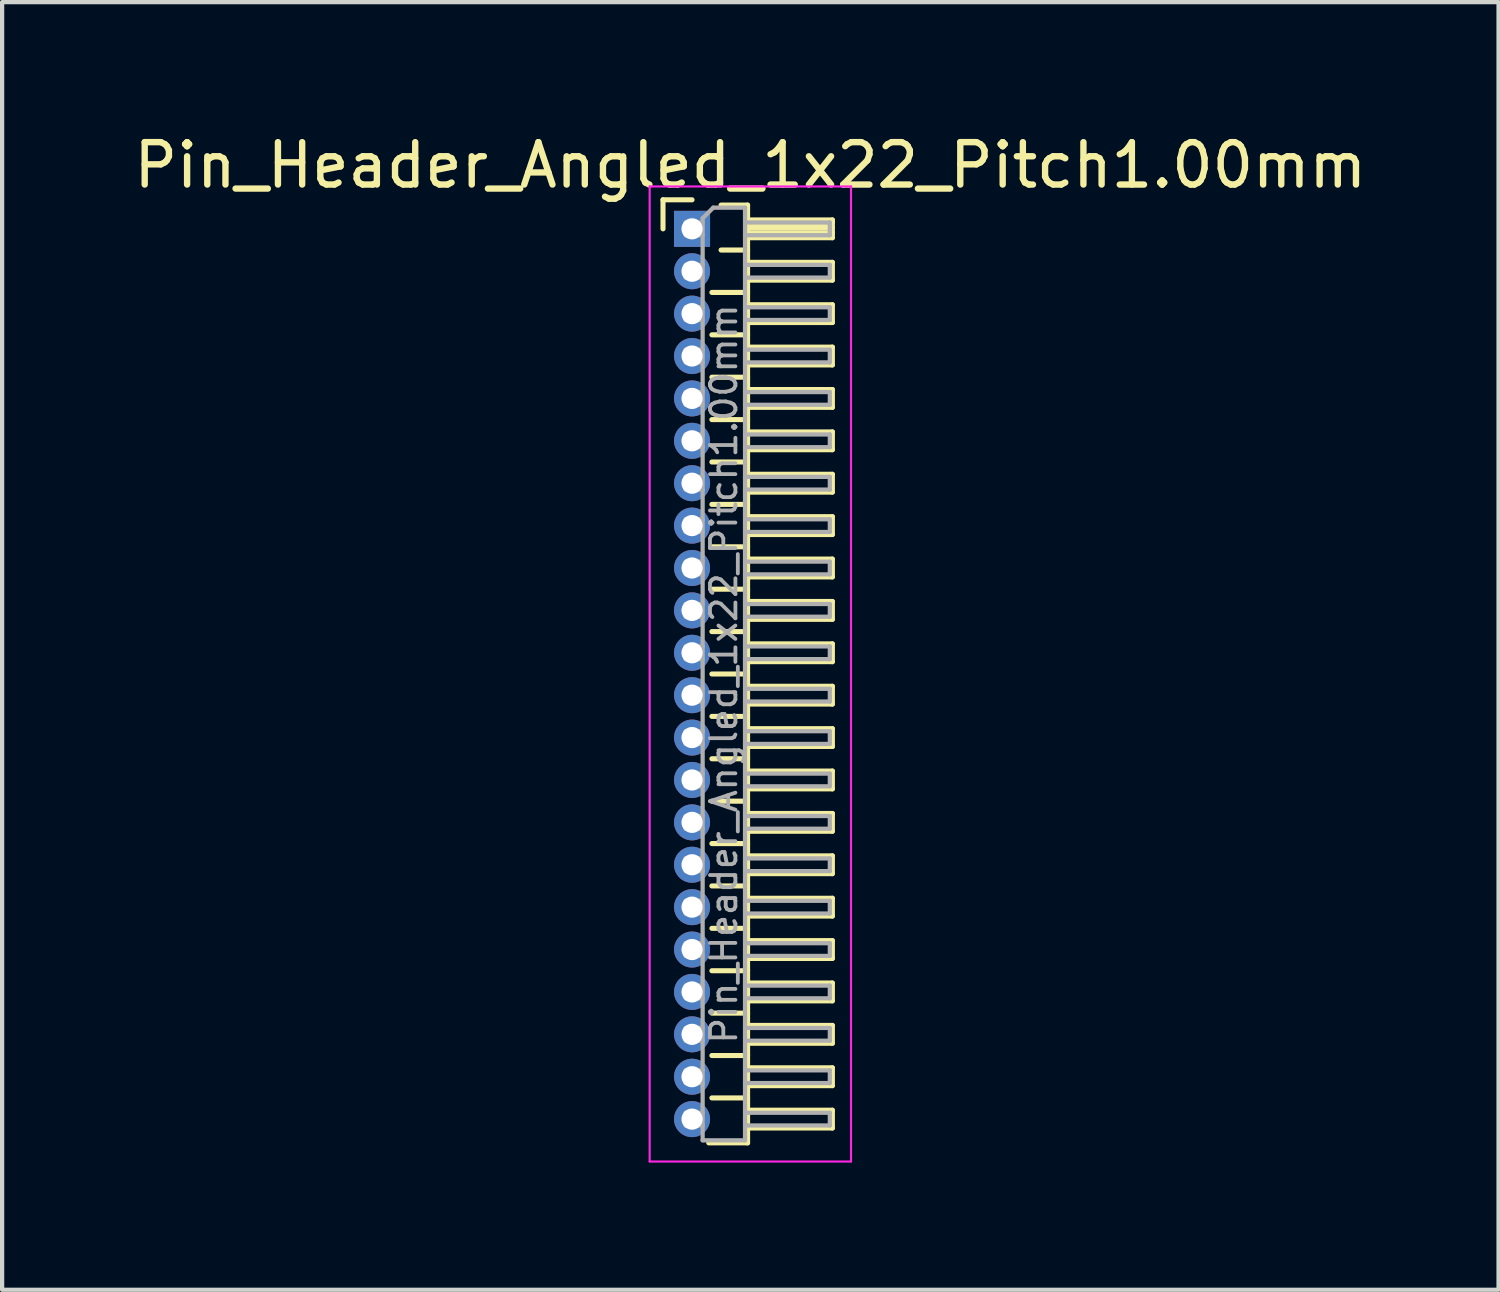
<source format=kicad_pcb>
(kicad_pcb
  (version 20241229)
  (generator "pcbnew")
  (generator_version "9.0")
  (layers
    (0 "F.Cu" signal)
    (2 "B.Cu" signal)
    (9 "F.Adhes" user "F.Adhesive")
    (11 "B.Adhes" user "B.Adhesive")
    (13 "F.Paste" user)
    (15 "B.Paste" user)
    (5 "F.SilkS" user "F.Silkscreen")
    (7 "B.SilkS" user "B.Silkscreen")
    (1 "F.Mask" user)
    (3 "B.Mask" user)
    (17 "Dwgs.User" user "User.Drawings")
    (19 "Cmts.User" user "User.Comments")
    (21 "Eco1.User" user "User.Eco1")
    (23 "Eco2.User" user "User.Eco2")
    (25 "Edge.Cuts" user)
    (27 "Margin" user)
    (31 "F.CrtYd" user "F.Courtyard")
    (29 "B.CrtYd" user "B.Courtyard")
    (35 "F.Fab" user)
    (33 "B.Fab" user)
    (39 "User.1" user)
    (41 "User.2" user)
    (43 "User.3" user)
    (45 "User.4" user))
  (footprint "Pin_Header_Angled_1x22_Pitch1.00mm"
    (layer "F.Cu")
    (at 13.274 2.348)
    (property "Reference" "Pin_Header_Angled_1x22_Pitch1.00mm" (at 1.375 -1.5 0) (layer "F.SilkS") (effects (font (size 1 1) (thickness 0.15))))
    (attr through_hole)
    (fp_line (start -0.685 -0.685) (end 0 -0.685) (stroke (width 0.12) (type solid)) (layer "F.SilkS"))
    (fp_line (start -0.685 0) (end -0.685 -0.685) (stroke (width 0.12) (type solid)) (layer "F.SilkS"))
    (fp_line (start 0.468 1.5) (end 1.31 1.5) (stroke (width 0.12) (type solid)) (layer "F.SilkS"))
    (fp_line (start 0.468 2.5) (end 1.31 2.5) (stroke (width 0.12) (type solid)) (layer "F.SilkS"))
    (fp_line (start 0.468 3.5) (end 1.31 3.5) (stroke (width 0.12) (type solid)) (layer "F.SilkS"))
    (fp_line (start 0.468 4.5) (end 1.31 4.5) (stroke (width 0.12) (type solid)) (layer "F.SilkS"))
    (fp_line (start 0.468 5.5) (end 1.31 5.5) (stroke (width 0.12) (type solid)) (layer "F.SilkS"))
    (fp_line (start 0.468 6.5) (end 1.31 6.5) (stroke (width 0.12) (type solid)) (layer "F.SilkS"))
    (fp_line (start 0.468 7.5) (end 1.31 7.5) (stroke (width 0.12) (type solid)) (layer "F.SilkS"))
    (fp_line (start 0.468 8.5) (end 1.31 8.5) (stroke (width 0.12) (type solid)) (layer "F.SilkS"))
    (fp_line (start 0.468 9.5) (end 1.31 9.5) (stroke (width 0.12) (type solid)) (layer "F.SilkS"))
    (fp_line (start 0.468 10.5) (end 1.31 10.5) (stroke (width 0.12) (type solid)) (layer "F.SilkS"))
    (fp_line (start 0.468 11.5) (end 1.31 11.5) (stroke (width 0.12) (type solid)) (layer "F.SilkS"))
    (fp_line (start 0.468 12.5) (end 1.31 12.5) (stroke (width 0.12) (type solid)) (layer "F.SilkS"))
    (fp_line (start 0.468 13.5) (end 1.31 13.5) (stroke (width 0.12) (type solid)) (layer "F.SilkS"))
    (fp_line (start 0.468 14.5) (end 1.31 14.5) (stroke (width 0.12) (type solid)) (layer "F.SilkS"))
    (fp_line (start 0.468 15.5) (end 1.31 15.5) (stroke (width 0.12) (type solid)) (layer "F.SilkS"))
    (fp_line (start 0.468 16.5) (end 1.31 16.5) (stroke (width 0.12) (type solid)) (layer "F.SilkS"))
    (fp_line (start 0.468 17.5) (end 1.31 17.5) (stroke (width 0.12) (type solid)) (layer "F.SilkS"))
    (fp_line (start 0.468 18.5) (end 1.31 18.5) (stroke (width 0.12) (type solid)) (layer "F.SilkS"))
    (fp_line (start 0.468 19.5) (end 1.31 19.5) (stroke (width 0.12) (type solid)) (layer "F.SilkS"))
    (fp_line (start 0.468 20.5) (end 1.31 20.5) (stroke (width 0.12) (type solid)) (layer "F.SilkS"))
    (fp_line (start 0.685 -0.56) (end 1.31 -0.56) (stroke (width 0.12) (type solid)) (layer "F.SilkS"))
    (fp_line (start 0.685 0.5) (end 1.31 0.5) (stroke (width 0.12) (type solid)) (layer "F.SilkS"))
    (fp_line (start 1.31 -0.56) (end 1.31 21.56) (stroke (width 0.12) (type solid)) (layer "F.SilkS"))
    (fp_line (start 1.31 -0.21) (end 3.31 -0.21) (stroke (width 0.12) (type solid)) (layer "F.SilkS"))
    (fp_line (start 1.31 -0.15) (end 3.31 -0.15) (stroke (width 0.12) (type solid)) (layer "F.SilkS"))
    (fp_line (start 1.31 -0.03) (end 3.31 -0.03) (stroke (width 0.12) (type solid)) (layer "F.SilkS"))
    (fp_line (start 1.31 0.09) (end 3.31 0.09) (stroke (width 0.12) (type solid)) (layer "F.SilkS"))
    (fp_line (start 1.31 0.79) (end 3.31 0.79) (stroke (width 0.12) (type solid)) (layer "F.SilkS"))
    (fp_line (start 1.31 1.79) (end 3.31 1.79) (stroke (width 0.12) (type solid)) (layer "F.SilkS"))
    (fp_line (start 1.31 2.79) (end 3.31 2.79) (stroke (width 0.12) (type solid)) (layer "F.SilkS"))
    (fp_line (start 1.31 3.79) (end 3.31 3.79) (stroke (width 0.12) (type solid)) (layer "F.SilkS"))
    (fp_line (start 1.31 4.79) (end 3.31 4.79) (stroke (width 0.12) (type solid)) (layer "F.SilkS"))
    (fp_line (start 1.31 5.79) (end 3.31 5.79) (stroke (width 0.12) (type solid)) (layer "F.SilkS"))
    (fp_line (start 1.31 6.79) (end 3.31 6.79) (stroke (width 0.12) (type solid)) (layer "F.SilkS"))
    (fp_line (start 1.31 7.79) (end 3.31 7.79) (stroke (width 0.12) (type solid)) (layer "F.SilkS"))
    (fp_line (start 1.31 8.79) (end 3.31 8.79) (stroke (width 0.12) (type solid)) (layer "F.SilkS"))
    (fp_line (start 1.31 9.79) (end 3.31 9.79) (stroke (width 0.12) (type solid)) (layer "F.SilkS"))
    (fp_line (start 1.31 10.79) (end 3.31 10.79) (stroke (width 0.12) (type solid)) (layer "F.SilkS"))
    (fp_line (start 1.31 11.79) (end 3.31 11.79) (stroke (width 0.12) (type solid)) (layer "F.SilkS"))
    (fp_line (start 1.31 12.79) (end 3.31 12.79) (stroke (width 0.12) (type solid)) (layer "F.SilkS"))
    (fp_line (start 1.31 13.79) (end 3.31 13.79) (stroke (width 0.12) (type solid)) (layer "F.SilkS"))
    (fp_line (start 1.31 14.79) (end 3.31 14.79) (stroke (width 0.12) (type solid)) (layer "F.SilkS"))
    (fp_line (start 1.31 15.79) (end 3.31 15.79) (stroke (width 0.12) (type solid)) (layer "F.SilkS"))
    (fp_line (start 1.31 16.79) (end 3.31 16.79) (stroke (width 0.12) (type solid)) (layer "F.SilkS"))
    (fp_line (start 1.31 17.79) (end 3.31 17.79) (stroke (width 0.12) (type solid)) (layer "F.SilkS"))
    (fp_line (start 1.31 18.79) (end 3.31 18.79) (stroke (width 0.12) (type solid)) (layer "F.SilkS"))
    (fp_line (start 1.31 19.79) (end 3.31 19.79) (stroke (width 0.12) (type solid)) (layer "F.SilkS"))
    (fp_line (start 1.31 20.79) (end 3.31 20.79) (stroke (width 0.12) (type solid)) (layer "F.SilkS"))
    (fp_line (start 1.31 21.56) (end 0.394 21.56) (stroke (width 0.12) (type solid)) (layer "F.SilkS"))
    (fp_line (start 3.31 -0.21) (end 3.31 0.21) (stroke (width 0.12) (type solid)) (layer "F.SilkS"))
    (fp_line (start 3.31 0.21) (end 1.31 0.21) (stroke (width 0.12) (type solid)) (layer "F.SilkS"))
    (fp_line (start 3.31 0.79) (end 3.31 1.21) (stroke (width 0.12) (type solid)) (layer "F.SilkS"))
    (fp_line (start 3.31 1.21) (end 1.31 1.21) (stroke (width 0.12) (type solid)) (layer "F.SilkS"))
    (fp_line (start 3.31 1.79) (end 3.31 2.21) (stroke (width 0.12) (type solid)) (layer "F.SilkS"))
    (fp_line (start 3.31 2.21) (end 1.31 2.21) (stroke (width 0.12) (type solid)) (layer "F.SilkS"))
    (fp_line (start 3.31 2.79) (end 3.31 3.21) (stroke (width 0.12) (type solid)) (layer "F.SilkS"))
    (fp_line (start 3.31 3.21) (end 1.31 3.21) (stroke (width 0.12) (type solid)) (layer "F.SilkS"))
    (fp_line (start 3.31 3.79) (end 3.31 4.21) (stroke (width 0.12) (type solid)) (layer "F.SilkS"))
    (fp_line (start 3.31 4.21) (end 1.31 4.21) (stroke (width 0.12) (type solid)) (layer "F.SilkS"))
    (fp_line (start 3.31 4.79) (end 3.31 5.21) (stroke (width 0.12) (type solid)) (layer "F.SilkS"))
    (fp_line (start 3.31 5.21) (end 1.31 5.21) (stroke (width 0.12) (type solid)) (layer "F.SilkS"))
    (fp_line (start 3.31 5.79) (end 3.31 6.21) (stroke (width 0.12) (type solid)) (layer "F.SilkS"))
    (fp_line (start 3.31 6.21) (end 1.31 6.21) (stroke (width 0.12) (type solid)) (layer "F.SilkS"))
    (fp_line (start 3.31 6.79) (end 3.31 7.21) (stroke (width 0.12) (type solid)) (layer "F.SilkS"))
    (fp_line (start 3.31 7.21) (end 1.31 7.21) (stroke (width 0.12) (type solid)) (layer "F.SilkS"))
    (fp_line (start 3.31 7.79) (end 3.31 8.21) (stroke (width 0.12) (type solid)) (layer "F.SilkS"))
    (fp_line (start 3.31 8.21) (end 1.31 8.21) (stroke (width 0.12) (type solid)) (layer "F.SilkS"))
    (fp_line (start 3.31 8.79) (end 3.31 9.21) (stroke (width 0.12) (type solid)) (layer "F.SilkS"))
    (fp_line (start 3.31 9.21) (end 1.31 9.21) (stroke (width 0.12) (type solid)) (layer "F.SilkS"))
    (fp_line (start 3.31 9.79) (end 3.31 10.21) (stroke (width 0.12) (type solid)) (layer "F.SilkS"))
    (fp_line (start 3.31 10.21) (end 1.31 10.21) (stroke (width 0.12) (type solid)) (layer "F.SilkS"))
    (fp_line (start 3.31 10.79) (end 3.31 11.21) (stroke (width 0.12) (type solid)) (layer "F.SilkS"))
    (fp_line (start 3.31 11.21) (end 1.31 11.21) (stroke (width 0.12) (type solid)) (layer "F.SilkS"))
    (fp_line (start 3.31 11.79) (end 3.31 12.21) (stroke (width 0.12) (type solid)) (layer "F.SilkS"))
    (fp_line (start 3.31 12.21) (end 1.31 12.21) (stroke (width 0.12) (type solid)) (layer "F.SilkS"))
    (fp_line (start 3.31 12.79) (end 3.31 13.21) (stroke (width 0.12) (type solid)) (layer "F.SilkS"))
    (fp_line (start 3.31 13.21) (end 1.31 13.21) (stroke (width 0.12) (type solid)) (layer "F.SilkS"))
    (fp_line (start 3.31 13.79) (end 3.31 14.21) (stroke (width 0.12) (type solid)) (layer "F.SilkS"))
    (fp_line (start 3.31 14.21) (end 1.31 14.21) (stroke (width 0.12) (type solid)) (layer "F.SilkS"))
    (fp_line (start 3.31 14.79) (end 3.31 15.21) (stroke (width 0.12) (type solid)) (layer "F.SilkS"))
    (fp_line (start 3.31 15.21) (end 1.31 15.21) (stroke (width 0.12) (type solid)) (layer "F.SilkS"))
    (fp_line (start 3.31 15.79) (end 3.31 16.21) (stroke (width 0.12) (type solid)) (layer "F.SilkS"))
    (fp_line (start 3.31 16.21) (end 1.31 16.21) (stroke (width 0.12) (type solid)) (layer "F.SilkS"))
    (fp_line (start 3.31 16.79) (end 3.31 17.21) (stroke (width 0.12) (type solid)) (layer "F.SilkS"))
    (fp_line (start 3.31 17.21) (end 1.31 17.21) (stroke (width 0.12) (type solid)) (layer "F.SilkS"))
    (fp_line (start 3.31 17.79) (end 3.31 18.21) (stroke (width 0.12) (type solid)) (layer "F.SilkS"))
    (fp_line (start 3.31 18.21) (end 1.31 18.21) (stroke (width 0.12) (type solid)) (layer "F.SilkS"))
    (fp_line (start 3.31 18.79) (end 3.31 19.21) (stroke (width 0.12) (type solid)) (layer "F.SilkS"))
    (fp_line (start 3.31 19.21) (end 1.31 19.21) (stroke (width 0.12) (type solid)) (layer "F.SilkS"))
    (fp_line (start 3.31 19.79) (end 3.31 20.21) (stroke (width 0.12) (type solid)) (layer "F.SilkS"))
    (fp_line (start 3.31 20.21) (end 1.31 20.21) (stroke (width 0.12) (type solid)) (layer "F.SilkS"))
    (fp_line (start 3.31 20.79) (end 3.31 21.21) (stroke (width 0.12) (type solid)) (layer "F.SilkS"))
    (fp_line (start 3.31 21.21) (end 1.31 21.21) (stroke (width 0.12) (type solid)) (layer "F.SilkS"))
    (fp_line (start -1 -1) (end -1 22) (stroke (width 0.05) (type solid)) (layer "F.CrtYd"))
    (fp_line (start -1 22) (end 3.75 22) (stroke (width 0.05) (type solid)) (layer "F.CrtYd"))
    (fp_line (start 3.75 -1) (end -1 -1) (stroke (width 0.05) (type solid)) (layer "F.CrtYd"))
    (fp_line (start 3.75 22) (end 3.75 -1) (stroke (width 0.05) (type solid)) (layer "F.CrtYd"))
    (fp_line (start -0.15 -0.15) (end -0.15 0.15) (stroke (width 0.1) (type solid)) (layer "F.Fab"))
    (fp_line (start -0.15 -0.15) (end 0.25 -0.15) (stroke (width 0.1) (type solid)) (layer "F.Fab"))
    (fp_line (start -0.15 0.15) (end 0.25 0.15) (stroke (width 0.1) (type solid)) (layer "F.Fab"))
    (fp_line (start -0.15 0.85) (end -0.15 1.15) (stroke (width 0.1) (type solid)) (layer "F.Fab"))
    (fp_line (start -0.15 0.85) (end 0.25 0.85) (stroke (width 0.1) (type solid)) (layer "F.Fab"))
    (fp_line (start -0.15 1.15) (end 0.25 1.15) (stroke (width 0.1) (type solid)) (layer "F.Fab"))
    (fp_line (start -0.15 1.85) (end -0.15 2.15) (stroke (width 0.1) (type solid)) (layer "F.Fab"))
    (fp_line (start -0.15 1.85) (end 0.25 1.85) (stroke (width 0.1) (type solid)) (layer "F.Fab"))
    (fp_line (start -0.15 2.15) (end 0.25 2.15) (stroke (width 0.1) (type solid)) (layer "F.Fab"))
    (fp_line (start -0.15 2.85) (end -0.15 3.15) (stroke (width 0.1) (type solid)) (layer "F.Fab"))
    (fp_line (start -0.15 2.85) (end 0.25 2.85) (stroke (width 0.1) (type solid)) (layer "F.Fab"))
    (fp_line (start -0.15 3.15) (end 0.25 3.15) (stroke (width 0.1) (type solid)) (layer "F.Fab"))
    (fp_line (start -0.15 3.85) (end -0.15 4.15) (stroke (width 0.1) (type solid)) (layer "F.Fab"))
    (fp_line (start -0.15 3.85) (end 0.25 3.85) (stroke (width 0.1) (type solid)) (layer "F.Fab"))
    (fp_line (start -0.15 4.15) (end 0.25 4.15) (stroke (width 0.1) (type solid)) (layer "F.Fab"))
    (fp_line (start -0.15 4.85) (end -0.15 5.15) (stroke (width 0.1) (type solid)) (layer "F.Fab"))
    (fp_line (start -0.15 4.85) (end 0.25 4.85) (stroke (width 0.1) (type solid)) (layer "F.Fab"))
    (fp_line (start -0.15 5.15) (end 0.25 5.15) (stroke (width 0.1) (type solid)) (layer "F.Fab"))
    (fp_line (start -0.15 5.85) (end -0.15 6.15) (stroke (width 0.1) (type solid)) (layer "F.Fab"))
    (fp_line (start -0.15 5.85) (end 0.25 5.85) (stroke (width 0.1) (type solid)) (layer "F.Fab"))
    (fp_line (start -0.15 6.15) (end 0.25 6.15) (stroke (width 0.1) (type solid)) (layer "F.Fab"))
    (fp_line (start -0.15 6.85) (end -0.15 7.15) (stroke (width 0.1) (type solid)) (layer "F.Fab"))
    (fp_line (start -0.15 6.85) (end 0.25 6.85) (stroke (width 0.1) (type solid)) (layer "F.Fab"))
    (fp_line (start -0.15 7.15) (end 0.25 7.15) (stroke (width 0.1) (type solid)) (layer "F.Fab"))
    (fp_line (start -0.15 7.85) (end -0.15 8.15) (stroke (width 0.1) (type solid)) (layer "F.Fab"))
    (fp_line (start -0.15 7.85) (end 0.25 7.85) (stroke (width 0.1) (type solid)) (layer "F.Fab"))
    (fp_line (start -0.15 8.15) (end 0.25 8.15) (stroke (width 0.1) (type solid)) (layer "F.Fab"))
    (fp_line (start -0.15 8.85) (end -0.15 9.15) (stroke (width 0.1) (type solid)) (layer "F.Fab"))
    (fp_line (start -0.15 8.85) (end 0.25 8.85) (stroke (width 0.1) (type solid)) (layer "F.Fab"))
    (fp_line (start -0.15 9.15) (end 0.25 9.15) (stroke (width 0.1) (type solid)) (layer "F.Fab"))
    (fp_line (start -0.15 9.85) (end -0.15 10.15) (stroke (width 0.1) (type solid)) (layer "F.Fab"))
    (fp_line (start -0.15 9.85) (end 0.25 9.85) (stroke (width 0.1) (type solid)) (layer "F.Fab"))
    (fp_line (start -0.15 10.15) (end 0.25 10.15) (stroke (width 0.1) (type solid)) (layer "F.Fab"))
    (fp_line (start -0.15 10.85) (end -0.15 11.15) (stroke (width 0.1) (type solid)) (layer "F.Fab"))
    (fp_line (start -0.15 10.85) (end 0.25 10.85) (stroke (width 0.1) (type solid)) (layer "F.Fab"))
    (fp_line (start -0.15 11.15) (end 0.25 11.15) (stroke (width 0.1) (type solid)) (layer "F.Fab"))
    (fp_line (start -0.15 11.85) (end -0.15 12.15) (stroke (width 0.1) (type solid)) (layer "F.Fab"))
    (fp_line (start -0.15 11.85) (end 0.25 11.85) (stroke (width 0.1) (type solid)) (layer "F.Fab"))
    (fp_line (start -0.15 12.15) (end 0.25 12.15) (stroke (width 0.1) (type solid)) (layer "F.Fab"))
    (fp_line (start -0.15 12.85) (end -0.15 13.15) (stroke (width 0.1) (type solid)) (layer "F.Fab"))
    (fp_line (start -0.15 12.85) (end 0.25 12.85) (stroke (width 0.1) (type solid)) (layer "F.Fab"))
    (fp_line (start -0.15 13.15) (end 0.25 13.15) (stroke (width 0.1) (type solid)) (layer "F.Fab"))
    (fp_line (start -0.15 13.85) (end -0.15 14.15) (stroke (width 0.1) (type solid)) (layer "F.Fab"))
    (fp_line (start -0.15 13.85) (end 0.25 13.85) (stroke (width 0.1) (type solid)) (layer "F.Fab"))
    (fp_line (start -0.15 14.15) (end 0.25 14.15) (stroke (width 0.1) (type solid)) (layer "F.Fab"))
    (fp_line (start -0.15 14.85) (end -0.15 15.15) (stroke (width 0.1) (type solid)) (layer "F.Fab"))
    (fp_line (start -0.15 14.85) (end 0.25 14.85) (stroke (width 0.1) (type solid)) (layer "F.Fab"))
    (fp_line (start -0.15 15.15) (end 0.25 15.15) (stroke (width 0.1) (type solid)) (layer "F.Fab"))
    (fp_line (start -0.15 15.85) (end -0.15 16.15) (stroke (width 0.1) (type solid)) (layer "F.Fab"))
    (fp_line (start -0.15 15.85) (end 0.25 15.85) (stroke (width 0.1) (type solid)) (layer "F.Fab"))
    (fp_line (start -0.15 16.15) (end 0.25 16.15) (stroke (width 0.1) (type solid)) (layer "F.Fab"))
    (fp_line (start -0.15 16.85) (end -0.15 17.15) (stroke (width 0.1) (type solid)) (layer "F.Fab"))
    (fp_line (start -0.15 16.85) (end 0.25 16.85) (stroke (width 0.1) (type solid)) (layer "F.Fab"))
    (fp_line (start -0.15 17.15) (end 0.25 17.15) (stroke (width 0.1) (type solid)) (layer "F.Fab"))
    (fp_line (start -0.15 17.85) (end -0.15 18.15) (stroke (width 0.1) (type solid)) (layer "F.Fab"))
    (fp_line (start -0.15 17.85) (end 0.25 17.85) (stroke (width 0.1) (type solid)) (layer "F.Fab"))
    (fp_line (start -0.15 18.15) (end 0.25 18.15) (stroke (width 0.1) (type solid)) (layer "F.Fab"))
    (fp_line (start -0.15 18.85) (end -0.15 19.15) (stroke (width 0.1) (type solid)) (layer "F.Fab"))
    (fp_line (start -0.15 18.85) (end 0.25 18.85) (stroke (width 0.1) (type solid)) (layer "F.Fab"))
    (fp_line (start -0.15 19.15) (end 0.25 19.15) (stroke (width 0.1) (type solid)) (layer "F.Fab"))
    (fp_line (start -0.15 19.85) (end -0.15 20.15) (stroke (width 0.1) (type solid)) (layer "F.Fab"))
    (fp_line (start -0.15 19.85) (end 0.25 19.85) (stroke (width 0.1) (type solid)) (layer "F.Fab"))
    (fp_line (start -0.15 20.15) (end 0.25 20.15) (stroke (width 0.1) (type solid)) (layer "F.Fab"))
    (fp_line (start -0.15 20.85) (end -0.15 21.15) (stroke (width 0.1) (type solid)) (layer "F.Fab"))
    (fp_line (start -0.15 20.85) (end 0.25 20.85) (stroke (width 0.1) (type solid)) (layer "F.Fab"))
    (fp_line (start -0.15 21.15) (end 0.25 21.15) (stroke (width 0.1) (type solid)) (layer "F.Fab"))
    (fp_line (start 0.25 -0.25) (end 0.5 -0.5) (stroke (width 0.1) (type solid)) (layer "F.Fab"))
    (fp_line (start 0.25 21.5) (end 0.25 -0.25) (stroke (width 0.1) (type solid)) (layer "F.Fab"))
    (fp_line (start 0.5 -0.5) (end 1.25 -0.5) (stroke (width 0.1) (type solid)) (layer "F.Fab"))
    (fp_line (start 1.25 -0.5) (end 1.25 21.5) (stroke (width 0.1) (type solid)) (layer "F.Fab"))
    (fp_line (start 1.25 -0.15) (end 3.25 -0.15) (stroke (width 0.1) (type solid)) (layer "F.Fab"))
    (fp_line (start 1.25 0.15) (end 3.25 0.15) (stroke (width 0.1) (type solid)) (layer "F.Fab"))
    (fp_line (start 1.25 0.85) (end 3.25 0.85) (stroke (width 0.1) (type solid)) (layer "F.Fab"))
    (fp_line (start 1.25 1.15) (end 3.25 1.15) (stroke (width 0.1) (type solid)) (layer "F.Fab"))
    (fp_line (start 1.25 1.85) (end 3.25 1.85) (stroke (width 0.1) (type solid)) (layer "F.Fab"))
    (fp_line (start 1.25 2.15) (end 3.25 2.15) (stroke (width 0.1) (type solid)) (layer "F.Fab"))
    (fp_line (start 1.25 2.85) (end 3.25 2.85) (stroke (width 0.1) (type solid)) (layer "F.Fab"))
    (fp_line (start 1.25 3.15) (end 3.25 3.15) (stroke (width 0.1) (type solid)) (layer "F.Fab"))
    (fp_line (start 1.25 3.85) (end 3.25 3.85) (stroke (width 0.1) (type solid)) (layer "F.Fab"))
    (fp_line (start 1.25 4.15) (end 3.25 4.15) (stroke (width 0.1) (type solid)) (layer "F.Fab"))
    (fp_line (start 1.25 4.85) (end 3.25 4.85) (stroke (width 0.1) (type solid)) (layer "F.Fab"))
    (fp_line (start 1.25 5.15) (end 3.25 5.15) (stroke (width 0.1) (type solid)) (layer "F.Fab"))
    (fp_line (start 1.25 5.85) (end 3.25 5.85) (stroke (width 0.1) (type solid)) (layer "F.Fab"))
    (fp_line (start 1.25 6.15) (end 3.25 6.15) (stroke (width 0.1) (type solid)) (layer "F.Fab"))
    (fp_line (start 1.25 6.85) (end 3.25 6.85) (stroke (width 0.1) (type solid)) (layer "F.Fab"))
    (fp_line (start 1.25 7.15) (end 3.25 7.15) (stroke (width 0.1) (type solid)) (layer "F.Fab"))
    (fp_line (start 1.25 7.85) (end 3.25 7.85) (stroke (width 0.1) (type solid)) (layer "F.Fab"))
    (fp_line (start 1.25 8.15) (end 3.25 8.15) (stroke (width 0.1) (type solid)) (layer "F.Fab"))
    (fp_line (start 1.25 8.85) (end 3.25 8.85) (stroke (width 0.1) (type solid)) (layer "F.Fab"))
    (fp_line (start 1.25 9.15) (end 3.25 9.15) (stroke (width 0.1) (type solid)) (layer "F.Fab"))
    (fp_line (start 1.25 9.85) (end 3.25 9.85) (stroke (width 0.1) (type solid)) (layer "F.Fab"))
    (fp_line (start 1.25 10.15) (end 3.25 10.15) (stroke (width 0.1) (type solid)) (layer "F.Fab"))
    (fp_line (start 1.25 10.85) (end 3.25 10.85) (stroke (width 0.1) (type solid)) (layer "F.Fab"))
    (fp_line (start 1.25 11.15) (end 3.25 11.15) (stroke (width 0.1) (type solid)) (layer "F.Fab"))
    (fp_line (start 1.25 11.85) (end 3.25 11.85) (stroke (width 0.1) (type solid)) (layer "F.Fab"))
    (fp_line (start 1.25 12.15) (end 3.25 12.15) (stroke (width 0.1) (type solid)) (layer "F.Fab"))
    (fp_line (start 1.25 12.85) (end 3.25 12.85) (stroke (width 0.1) (type solid)) (layer "F.Fab"))
    (fp_line (start 1.25 13.15) (end 3.25 13.15) (stroke (width 0.1) (type solid)) (layer "F.Fab"))
    (fp_line (start 1.25 13.85) (end 3.25 13.85) (stroke (width 0.1) (type solid)) (layer "F.Fab"))
    (fp_line (start 1.25 14.15) (end 3.25 14.15) (stroke (width 0.1) (type solid)) (layer "F.Fab"))
    (fp_line (start 1.25 14.85) (end 3.25 14.85) (stroke (width 0.1) (type solid)) (layer "F.Fab"))
    (fp_line (start 1.25 15.15) (end 3.25 15.15) (stroke (width 0.1) (type solid)) (layer "F.Fab"))
    (fp_line (start 1.25 15.85) (end 3.25 15.85) (stroke (width 0.1) (type solid)) (layer "F.Fab"))
    (fp_line (start 1.25 16.15) (end 3.25 16.15) (stroke (width 0.1) (type solid)) (layer "F.Fab"))
    (fp_line (start 1.25 16.85) (end 3.25 16.85) (stroke (width 0.1) (type solid)) (layer "F.Fab"))
    (fp_line (start 1.25 17.15) (end 3.25 17.15) (stroke (width 0.1) (type solid)) (layer "F.Fab"))
    (fp_line (start 1.25 17.85) (end 3.25 17.85) (stroke (width 0.1) (type solid)) (layer "F.Fab"))
    (fp_line (start 1.25 18.15) (end 3.25 18.15) (stroke (width 0.1) (type solid)) (layer "F.Fab"))
    (fp_line (start 1.25 18.85) (end 3.25 18.85) (stroke (width 0.1) (type solid)) (layer "F.Fab"))
    (fp_line (start 1.25 19.15) (end 3.25 19.15) (stroke (width 0.1) (type solid)) (layer "F.Fab"))
    (fp_line (start 1.25 19.85) (end 3.25 19.85) (stroke (width 0.1) (type solid)) (layer "F.Fab"))
    (fp_line (start 1.25 20.15) (end 3.25 20.15) (stroke (width 0.1) (type solid)) (layer "F.Fab"))
    (fp_line (start 1.25 20.85) (end 3.25 20.85) (stroke (width 0.1) (type solid)) (layer "F.Fab"))
    (fp_line (start 1.25 21.15) (end 3.25 21.15) (stroke (width 0.1) (type solid)) (layer "F.Fab"))
    (fp_line (start 1.25 21.5) (end 0.25 21.5) (stroke (width 0.1) (type solid)) (layer "F.Fab"))
    (fp_line (start 3.25 -0.15) (end 3.25 0.15) (stroke (width 0.1) (type solid)) (layer "F.Fab"))
    (fp_line (start 3.25 0.85) (end 3.25 1.15) (stroke (width 0.1) (type solid)) (layer "F.Fab"))
    (fp_line (start 3.25 1.85) (end 3.25 2.15) (stroke (width 0.1) (type solid)) (layer "F.Fab"))
    (fp_line (start 3.25 2.85) (end 3.25 3.15) (stroke (width 0.1) (type solid)) (layer "F.Fab"))
    (fp_line (start 3.25 3.85) (end 3.25 4.15) (stroke (width 0.1) (type solid)) (layer "F.Fab"))
    (fp_line (start 3.25 4.85) (end 3.25 5.15) (stroke (width 0.1) (type solid)) (layer "F.Fab"))
    (fp_line (start 3.25 5.85) (end 3.25 6.15) (stroke (width 0.1) (type solid)) (layer "F.Fab"))
    (fp_line (start 3.25 6.85) (end 3.25 7.15) (stroke (width 0.1) (type solid)) (layer "F.Fab"))
    (fp_line (start 3.25 7.85) (end 3.25 8.15) (stroke (width 0.1) (type solid)) (layer "F.Fab"))
    (fp_line (start 3.25 8.85) (end 3.25 9.15) (stroke (width 0.1) (type solid)) (layer "F.Fab"))
    (fp_line (start 3.25 9.85) (end 3.25 10.15) (stroke (width 0.1) (type solid)) (layer "F.Fab"))
    (fp_line (start 3.25 10.85) (end 3.25 11.15) (stroke (width 0.1) (type solid)) (layer "F.Fab"))
    (fp_line (start 3.25 11.85) (end 3.25 12.15) (stroke (width 0.1) (type solid)) (layer "F.Fab"))
    (fp_line (start 3.25 12.85) (end 3.25 13.15) (stroke (width 0.1) (type solid)) (layer "F.Fab"))
    (fp_line (start 3.25 13.85) (end 3.25 14.15) (stroke (width 0.1) (type solid)) (layer "F.Fab"))
    (fp_line (start 3.25 14.85) (end 3.25 15.15) (stroke (width 0.1) (type solid)) (layer "F.Fab"))
    (fp_line (start 3.25 15.85) (end 3.25 16.15) (stroke (width 0.1) (type solid)) (layer "F.Fab"))
    (fp_line (start 3.25 16.85) (end 3.25 17.15) (stroke (width 0.1) (type solid)) (layer "F.Fab"))
    (fp_line (start 3.25 17.85) (end 3.25 18.15) (stroke (width 0.1) (type solid)) (layer "F.Fab"))
    (fp_line (start 3.25 18.85) (end 3.25 19.15) (stroke (width 0.1) (type solid)) (layer "F.Fab"))
    (fp_line (start 3.25 19.85) (end 3.25 20.15) (stroke (width 0.1) (type solid)) (layer "F.Fab"))
    (fp_line (start 3.25 20.85) (end 3.25 21.15) (stroke (width 0.1) (type solid)) (layer "F.Fab"))
    (fp_text user "${REFERENCE}" (at 0.75 10.5 90) (layer "F.Fab") (effects (font (size 0.6 0.6) (thickness 0.09))))
    (pad "1" thru_hole rect (at 0 0) (size 0.85 0.85) (drill 0.5) (layers "*.Cu" "*.Mask"))
    (pad "2" thru_hole oval (at 0 1) (size 0.85 0.85) (drill 0.5) (layers "*.Cu" "*.Mask"))
    (pad "3" thru_hole oval (at 0 2) (size 0.85 0.85) (drill 0.5) (layers "*.Cu" "*.Mask"))
    (pad "4" thru_hole oval (at 0 3) (size 0.85 0.85) (drill 0.5) (layers "*.Cu" "*.Mask"))
    (pad "5" thru_hole oval (at 0 4) (size 0.85 0.85) (drill 0.5) (layers "*.Cu" "*.Mask"))
    (pad "6" thru_hole oval (at 0 5) (size 0.85 0.85) (drill 0.5) (layers "*.Cu" "*.Mask"))
    (pad "7" thru_hole oval (at 0 6) (size 0.85 0.85) (drill 0.5) (layers "*.Cu" "*.Mask"))
    (pad "8" thru_hole oval (at 0 7) (size 0.85 0.85) (drill 0.5) (layers "*.Cu" "*.Mask"))
    (pad "9" thru_hole oval (at 0 8) (size 0.85 0.85) (drill 0.5) (layers "*.Cu" "*.Mask"))
    (pad "10" thru_hole oval (at 0 9) (size 0.85 0.85) (drill 0.5) (layers "*.Cu" "*.Mask"))
    (pad "11" thru_hole oval (at 0 10) (size 0.85 0.85) (drill 0.5) (layers "*.Cu" "*.Mask"))
    (pad "12" thru_hole oval (at 0 11) (size 0.85 0.85) (drill 0.5) (layers "*.Cu" "*.Mask"))
    (pad "13" thru_hole oval (at 0 12) (size 0.85 0.85) (drill 0.5) (layers "*.Cu" "*.Mask"))
    (pad "14" thru_hole oval (at 0 13) (size 0.85 0.85) (drill 0.5) (layers "*.Cu" "*.Mask"))
    (pad "15" thru_hole oval (at 0 14) (size 0.85 0.85) (drill 0.5) (layers "*.Cu" "*.Mask"))
    (pad "16" thru_hole oval (at 0 15) (size 0.85 0.85) (drill 0.5) (layers "*.Cu" "*.Mask"))
    (pad "17" thru_hole oval (at 0 16) (size 0.85 0.85) (drill 0.5) (layers "*.Cu" "*.Mask"))
    (pad "18" thru_hole oval (at 0 17) (size 0.85 0.85) (drill 0.5) (layers "*.Cu" "*.Mask"))
    (pad "19" thru_hole oval (at 0 18) (size 0.85 0.85) (drill 0.5) (layers "*.Cu" "*.Mask"))
    (pad "20" thru_hole oval (at 0 19) (size 0.85 0.85) (drill 0.5) (layers "*.Cu" "*.Mask"))
    (pad "21" thru_hole oval (at 0 20) (size 0.85 0.85) (drill 0.5) (layers "*.Cu" "*.Mask"))
    (pad "22" thru_hole oval (at 0 21) (size 0.85 0.85) (drill 0.5) (layers "*.Cu" "*.Mask")))
  (gr_rect
    (start -3 -3)
    (end 32.298 27.373)
    (stroke (width 0.1) (type default))
    (fill no)
    (layer "Edge.Cuts")))
</source>
